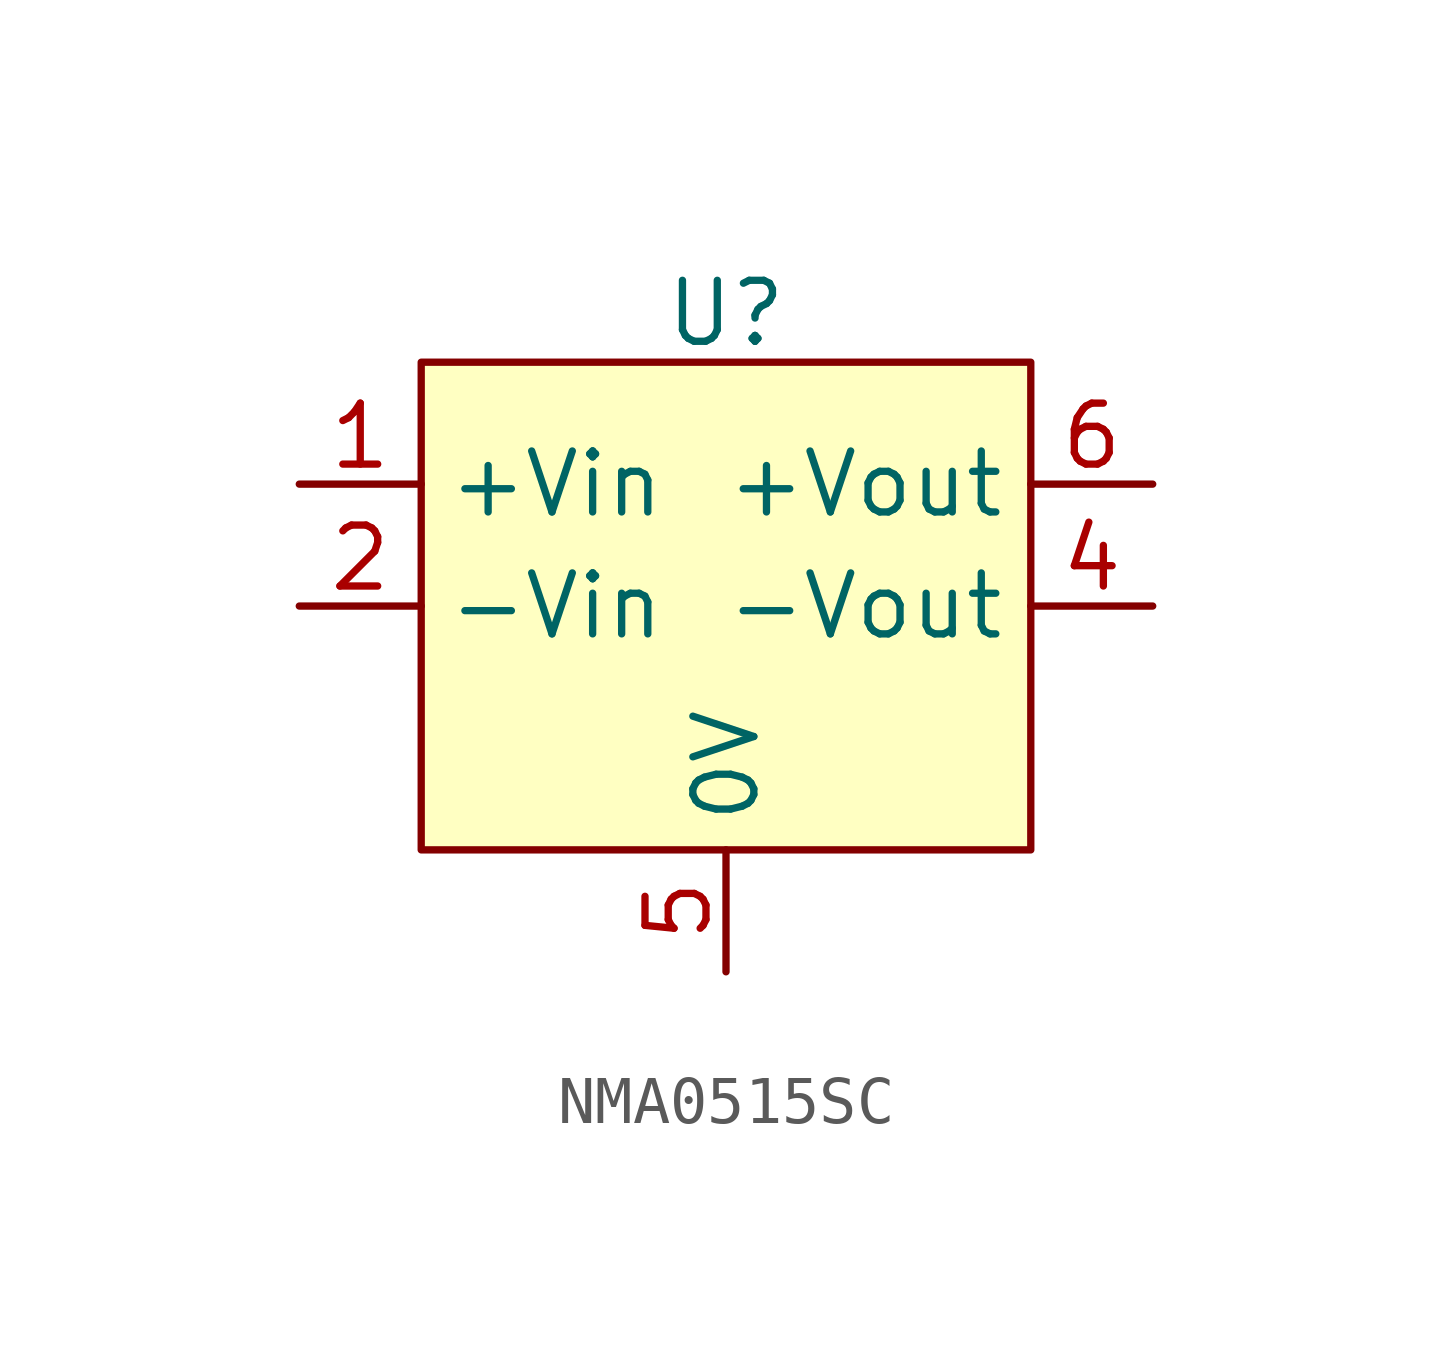
<source format=kicad_sym>
(kicad_symbol_lib
  (version 20231120)
  (generator "kicad_symbol_editor")
  (generator_version "8.0")
  (symbol "NMA0515SC"
    (property "Reference" "U"
      (at 0 6.096 0)
      (effects (font (size 1.27 1.27))))
    (property "Value" ""
      (at -1.27 0 0)
      (effects (font (size 1.27 1.27))))
    (symbol "NMA0515SC_1_1"
      (rectangle (start -6.35 5.08) (end 6.35 -5.08) (stroke (width 0) (type default)) (fill (type background)))
      (pin input line (at -8.89 2.54 0) (length 2.54) (name "+Vin" (effects (font (size 1.27 1.27)))) (number "1" (effects (font (size 1.27 1.27)))))
      (pin input line (at -8.89 0 0) (length 2.54) (name "-Vin" (effects (font (size 1.27 1.27)))) (number "2" (effects (font (size 1.27 1.27)))))
      (pin output line (at 8.89 0 180) (length 2.54) (name "-Vout" (effects (font (size 1.27 1.27)))) (number "4" (effects (font (size 1.27 1.27)))))
      (pin input line (at 0 -7.62 90) (length 2.54) (name "0V" (effects (font (size 1.27 1.27)))) (number "5" (effects (font (size 1.27 1.27)))))
      (pin output line (at 8.89 2.54 180) (length 2.54) (name "+Vout" (effects (font (size 1.27 1.27)))) (number "6" (effects (font (size 1.27 1.27))))))))
</source>
